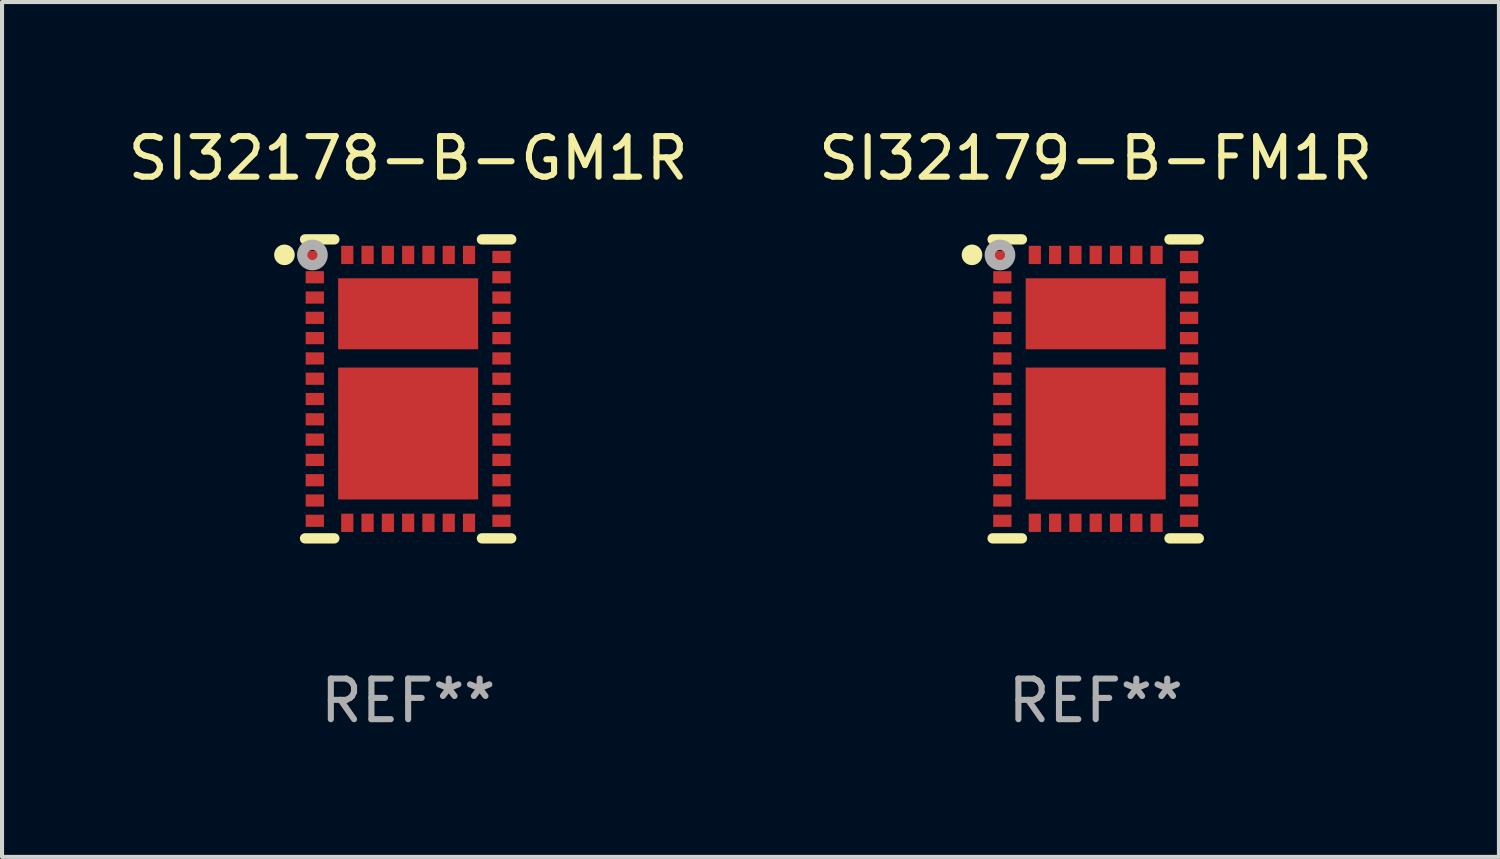
<source format=kicad_pcb>
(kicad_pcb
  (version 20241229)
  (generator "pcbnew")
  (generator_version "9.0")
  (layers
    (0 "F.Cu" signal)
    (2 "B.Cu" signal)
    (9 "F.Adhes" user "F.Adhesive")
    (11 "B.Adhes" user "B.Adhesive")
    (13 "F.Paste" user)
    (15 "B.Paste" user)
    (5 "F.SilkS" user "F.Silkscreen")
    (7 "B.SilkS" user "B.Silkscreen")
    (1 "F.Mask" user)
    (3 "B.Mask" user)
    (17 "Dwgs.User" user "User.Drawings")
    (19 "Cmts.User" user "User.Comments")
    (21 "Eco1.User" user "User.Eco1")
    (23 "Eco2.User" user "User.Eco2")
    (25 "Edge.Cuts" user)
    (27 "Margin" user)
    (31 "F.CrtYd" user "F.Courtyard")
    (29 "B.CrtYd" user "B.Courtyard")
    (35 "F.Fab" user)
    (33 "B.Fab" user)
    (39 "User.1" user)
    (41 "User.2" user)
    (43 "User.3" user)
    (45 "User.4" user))
  (footprint "SI32179-B-FM1R"
    (layer "F.Cu")
    (at 23.946 6.531)
    (property "Reference" "SI32179-B-FM1R" (at 0 -5.683 0) (layer "F.SilkS") (effects (font (size 1 1) (thickness 0.15))))
    (attr through_hole)
    (fp_line (start -1.818 -3.683) (end -2.54 -3.683) (stroke (width 0.254) (type solid)) (layer "F.SilkS"))
    (fp_line (start -1.818 3.683) (end -2.54 3.683) (stroke (width 0.254) (type solid)) (layer "F.SilkS"))
    (fp_line (start 1.818 -3.683) (end 2.54 -3.683) (stroke (width 0.254) (type solid)) (layer "F.SilkS"))
    (fp_line (start 1.818 3.683) (end 2.54 3.683) (stroke (width 0.254) (type solid)) (layer "F.SilkS"))
    (fp_circle (center -3.048 -3.302) (end -2.921 -3.302) (stroke (width 0.254) (type solid)) (fill no) (layer "F.SilkS"))
    (fp_circle (center -2.5 -3.5) (end -2.47 -3.5) (stroke (width 0.06) (type solid)) (fill no) (layer "F.SilkS"))
    (fp_circle (center -2.359 -3.299) (end -2.234 -3.299) (stroke (width 0.254) (type solid)) (fill no) (layer "F.Fab"))
    (fp_text user "REF**" (at 0 7.683 0) (layer "F.Fab") (effects (font (size 1 1) (thickness 0.15))))
    (pad "1" smd rect (at -2.3 -3.25) (size 0.45 0.3) (layers "F.Cu" "F.Mask" "F.Paste"))
    (pad "2" smd rect (at -2.3 -2.75) (size 0.45 0.3) (layers "F.Cu" "F.Mask" "F.Paste"))
    (pad "3" smd rect (at -2.3 -2.25) (size 0.45 0.3) (layers "F.Cu" "F.Mask" "F.Paste"))
    (pad "4" smd rect (at -2.3 -1.75) (size 0.45 0.3) (layers "F.Cu" "F.Mask" "F.Paste"))
    (pad "5" smd rect (at -2.3 -1.25) (size 0.45 0.3) (layers "F.Cu" "F.Mask" "F.Paste"))
    (pad "6" smd rect (at -2.3 -0.75) (size 0.45 0.3) (layers "F.Cu" "F.Mask" "F.Paste"))
    (pad "7" smd rect (at -2.3 -0.25) (size 0.45 0.3) (layers "F.Cu" "F.Mask" "F.Paste"))
    (pad "8" smd rect (at -2.3 0.25) (size 0.45 0.3) (layers "F.Cu" "F.Mask" "F.Paste"))
    (pad "9" smd rect (at -2.3 0.75) (size 0.45 0.3) (layers "F.Cu" "F.Mask" "F.Paste"))
    (pad "10" smd rect (at -2.3 1.25) (size 0.45 0.3) (layers "F.Cu" "F.Mask" "F.Paste"))
    (pad "11" smd rect (at -2.3 1.75) (size 0.45 0.3) (layers "F.Cu" "F.Mask" "F.Paste"))
    (pad "12" smd rect (at -2.3 2.25) (size 0.45 0.3) (layers "F.Cu" "F.Mask" "F.Paste"))
    (pad "13" smd rect (at -2.3 2.75) (size 0.45 0.3) (layers "F.Cu" "F.Mask" "F.Paste"))
    (pad "14" smd rect (at -2.3 3.25) (size 0.45 0.3) (layers "F.Cu" "F.Mask" "F.Paste"))
    (pad "15" smd rect (at -1.5 3.3 90) (size 0.45 0.3) (layers "F.Cu" "F.Mask" "F.Paste"))
    (pad "16" smd rect (at -1 3.3 90) (size 0.45 0.3) (layers "F.Cu" "F.Mask" "F.Paste"))
    (pad "17" smd rect (at -0.5 3.3 90) (size 0.45 0.3) (layers "F.Cu" "F.Mask" "F.Paste"))
    (pad "18" smd rect (at 0 3.3 90) (size 0.45 0.3) (layers "F.Cu" "F.Mask" "F.Paste"))
    (pad "19" smd rect (at 0.5 3.3 90) (size 0.45 0.3) (layers "F.Cu" "F.Mask" "F.Paste"))
    (pad "20" smd rect (at 1 3.3 90) (size 0.45 0.3) (layers "F.Cu" "F.Mask" "F.Paste"))
    (pad "21" smd rect (at 1.5 3.3 90) (size 0.45 0.3) (layers "F.Cu" "F.Mask" "F.Paste"))
    (pad "22" smd rect (at 2.3 3.25 180) (size 0.45 0.3) (layers "F.Cu" "F.Mask" "F.Paste"))
    (pad "23" smd rect (at 2.3 2.75 180) (size 0.45 0.3) (layers "F.Cu" "F.Mask" "F.Paste"))
    (pad "24" smd rect (at 2.3 2.25 180) (size 0.45 0.3) (layers "F.Cu" "F.Mask" "F.Paste"))
    (pad "25" smd rect (at 2.3 1.75 180) (size 0.45 0.3) (layers "F.Cu" "F.Mask" "F.Paste"))
    (pad "26" smd rect (at 2.3 1.25 180) (size 0.45 0.3) (layers "F.Cu" "F.Mask" "F.Paste"))
    (pad "27" smd rect (at 2.3 0.75 180) (size 0.45 0.3) (layers "F.Cu" "F.Mask" "F.Paste"))
    (pad "28" smd rect (at 2.3 0.25 180) (size 0.45 0.3) (layers "F.Cu" "F.Mask" "F.Paste"))
    (pad "29" smd rect (at 2.3 -0.25 180) (size 0.45 0.3) (layers "F.Cu" "F.Mask" "F.Paste"))
    (pad "30" smd rect (at 2.3 -0.75 180) (size 0.45 0.3) (layers "F.Cu" "F.Mask" "F.Paste"))
    (pad "31" smd rect (at 2.3 -1.25 180) (size 0.45 0.3) (layers "F.Cu" "F.Mask" "F.Paste"))
    (pad "32" smd rect (at 2.3 -1.75 180) (size 0.45 0.3) (layers "F.Cu" "F.Mask" "F.Paste"))
    (pad "33" smd rect (at 2.3 -2.25 180) (size 0.45 0.3) (layers "F.Cu" "F.Mask" "F.Paste"))
    (pad "34" smd rect (at 2.3 -2.75 180) (size 0.45 0.3) (layers "F.Cu" "F.Mask" "F.Paste"))
    (pad "35" smd rect (at 2.3 -3.25 180) (size 0.45 0.3) (layers "F.Cu" "F.Mask" "F.Paste"))
    (pad "36" smd rect (at 1.5 -3.3 270) (size 0.45 0.3) (layers "F.Cu" "F.Mask" "F.Paste"))
    (pad "37" smd rect (at 1 -3.3 270) (size 0.45 0.3) (layers "F.Cu" "F.Mask" "F.Paste"))
    (pad "38" smd rect (at 0.5 -3.3 270) (size 0.45 0.3) (layers "F.Cu" "F.Mask" "F.Paste"))
    (pad "39" smd rect (at 0 -3.3 270) (size 0.45 0.3) (layers "F.Cu" "F.Mask" "F.Paste"))
    (pad "40" smd rect (at -0.5 -3.3 270) (size 0.45 0.3) (layers "F.Cu" "F.Mask" "F.Paste"))
    (pad "41" smd rect (at -1 -3.3 270) (size 0.45 0.3) (layers "F.Cu" "F.Mask" "F.Paste"))
    (pad "42" smd rect (at -1.5 -3.3 270) (size 0.45 0.3) (layers "F.Cu" "F.Mask" "F.Paste"))
    (pad "43" smd rect (at 0 1.1 270) (size 3.25 3.45) (layers "F.Cu" "F.Mask" "F.Paste"))
    (pad "44" smd rect (at 0 -1.85 270) (size 1.75 3.45) (layers "F.Cu" "F.Mask" "F.Paste")))
  (footprint "SI32178-B-GM1R"
    (layer "F.Cu")
    (at 7.006 6.531)
    (property "Reference" "SI32178-B-GM1R" (at 0 -5.683 0) (layer "F.SilkS") (effects (font (size 1 1) (thickness 0.15))))
    (attr through_hole)
    (fp_line (start -1.818 -3.683) (end -2.54 -3.683) (stroke (width 0.254) (type solid)) (layer "F.SilkS"))
    (fp_line (start -1.818 3.683) (end -2.54 3.683) (stroke (width 0.254) (type solid)) (layer "F.SilkS"))
    (fp_line (start 1.818 -3.683) (end 2.54 -3.683) (stroke (width 0.254) (type solid)) (layer "F.SilkS"))
    (fp_line (start 1.818 3.683) (end 2.54 3.683) (stroke (width 0.254) (type solid)) (layer "F.SilkS"))
    (fp_circle (center -3.048 -3.302) (end -2.921 -3.302) (stroke (width 0.254) (type solid)) (fill no) (layer "F.SilkS"))
    (fp_circle (center -2.5 -3.5) (end -2.47 -3.5) (stroke (width 0.06) (type solid)) (fill no) (layer "F.SilkS"))
    (fp_circle (center -2.359 -3.299) (end -2.234 -3.299) (stroke (width 0.254) (type solid)) (fill no) (layer "F.Fab"))
    (fp_text user "REF**" (at 0 7.683 0) (layer "F.Fab") (effects (font (size 1 1) (thickness 0.15))))
    (pad "1" smd rect (at -2.3 -3.25) (size 0.45 0.3) (layers "F.Cu" "F.Mask" "F.Paste"))
    (pad "2" smd rect (at -2.3 -2.75) (size 0.45 0.3) (layers "F.Cu" "F.Mask" "F.Paste"))
    (pad "3" smd rect (at -2.3 -2.25) (size 0.45 0.3) (layers "F.Cu" "F.Mask" "F.Paste"))
    (pad "4" smd rect (at -2.3 -1.75) (size 0.45 0.3) (layers "F.Cu" "F.Mask" "F.Paste"))
    (pad "5" smd rect (at -2.3 -1.25) (size 0.45 0.3) (layers "F.Cu" "F.Mask" "F.Paste"))
    (pad "6" smd rect (at -2.3 -0.75) (size 0.45 0.3) (layers "F.Cu" "F.Mask" "F.Paste"))
    (pad "7" smd rect (at -2.3 -0.25) (size 0.45 0.3) (layers "F.Cu" "F.Mask" "F.Paste"))
    (pad "8" smd rect (at -2.3 0.25) (size 0.45 0.3) (layers "F.Cu" "F.Mask" "F.Paste"))
    (pad "9" smd rect (at -2.3 0.75) (size 0.45 0.3) (layers "F.Cu" "F.Mask" "F.Paste"))
    (pad "10" smd rect (at -2.3 1.25) (size 0.45 0.3) (layers "F.Cu" "F.Mask" "F.Paste"))
    (pad "11" smd rect (at -2.3 1.75) (size 0.45 0.3) (layers "F.Cu" "F.Mask" "F.Paste"))
    (pad "12" smd rect (at -2.3 2.25) (size 0.45 0.3) (layers "F.Cu" "F.Mask" "F.Paste"))
    (pad "13" smd rect (at -2.3 2.75) (size 0.45 0.3) (layers "F.Cu" "F.Mask" "F.Paste"))
    (pad "14" smd rect (at -2.3 3.25) (size 0.45 0.3) (layers "F.Cu" "F.Mask" "F.Paste"))
    (pad "15" smd rect (at -1.5 3.3 90) (size 0.45 0.3) (layers "F.Cu" "F.Mask" "F.Paste"))
    (pad "16" smd rect (at -1 3.3 90) (size 0.45 0.3) (layers "F.Cu" "F.Mask" "F.Paste"))
    (pad "17" smd rect (at -0.5 3.3 90) (size 0.45 0.3) (layers "F.Cu" "F.Mask" "F.Paste"))
    (pad "18" smd rect (at 0 3.3 90) (size 0.45 0.3) (layers "F.Cu" "F.Mask" "F.Paste"))
    (pad "19" smd rect (at 0.5 3.3 90) (size 0.45 0.3) (layers "F.Cu" "F.Mask" "F.Paste"))
    (pad "20" smd rect (at 1 3.3 90) (size 0.45 0.3) (layers "F.Cu" "F.Mask" "F.Paste"))
    (pad "21" smd rect (at 1.5 3.3 90) (size 0.45 0.3) (layers "F.Cu" "F.Mask" "F.Paste"))
    (pad "22" smd rect (at 2.3 3.25 180) (size 0.45 0.3) (layers "F.Cu" "F.Mask" "F.Paste"))
    (pad "23" smd rect (at 2.3 2.75 180) (size 0.45 0.3) (layers "F.Cu" "F.Mask" "F.Paste"))
    (pad "24" smd rect (at 2.3 2.25 180) (size 0.45 0.3) (layers "F.Cu" "F.Mask" "F.Paste"))
    (pad "25" smd rect (at 2.3 1.75 180) (size 0.45 0.3) (layers "F.Cu" "F.Mask" "F.Paste"))
    (pad "26" smd rect (at 2.3 1.25 180) (size 0.45 0.3) (layers "F.Cu" "F.Mask" "F.Paste"))
    (pad "27" smd rect (at 2.3 0.75 180) (size 0.45 0.3) (layers "F.Cu" "F.Mask" "F.Paste"))
    (pad "28" smd rect (at 2.3 0.25 180) (size 0.45 0.3) (layers "F.Cu" "F.Mask" "F.Paste"))
    (pad "29" smd rect (at 2.3 -0.25 180) (size 0.45 0.3) (layers "F.Cu" "F.Mask" "F.Paste"))
    (pad "30" smd rect (at 2.3 -0.75 180) (size 0.45 0.3) (layers "F.Cu" "F.Mask" "F.Paste"))
    (pad "31" smd rect (at 2.3 -1.25 180) (size 0.45 0.3) (layers "F.Cu" "F.Mask" "F.Paste"))
    (pad "32" smd rect (at 2.3 -1.75 180) (size 0.45 0.3) (layers "F.Cu" "F.Mask" "F.Paste"))
    (pad "33" smd rect (at 2.3 -2.25 180) (size 0.45 0.3) (layers "F.Cu" "F.Mask" "F.Paste"))
    (pad "34" smd rect (at 2.3 -2.75 180) (size 0.45 0.3) (layers "F.Cu" "F.Mask" "F.Paste"))
    (pad "35" smd rect (at 2.3 -3.25 180) (size 0.45 0.3) (layers "F.Cu" "F.Mask" "F.Paste"))
    (pad "36" smd rect (at 1.5 -3.3 270) (size 0.45 0.3) (layers "F.Cu" "F.Mask" "F.Paste"))
    (pad "37" smd rect (at 1 -3.3 270) (size 0.45 0.3) (layers "F.Cu" "F.Mask" "F.Paste"))
    (pad "38" smd rect (at 0.5 -3.3 270) (size 0.45 0.3) (layers "F.Cu" "F.Mask" "F.Paste"))
    (pad "39" smd rect (at 0 -3.3 270) (size 0.45 0.3) (layers "F.Cu" "F.Mask" "F.Paste"))
    (pad "40" smd rect (at -0.5 -3.3 270) (size 0.45 0.3) (layers "F.Cu" "F.Mask" "F.Paste"))
    (pad "41" smd rect (at -1 -3.3 270) (size 0.45 0.3) (layers "F.Cu" "F.Mask" "F.Paste"))
    (pad "42" smd rect (at -1.5 -3.3 270) (size 0.45 0.3) (layers "F.Cu" "F.Mask" "F.Paste"))
    (pad "43" smd rect (at 0 1.1 270) (size 3.25 3.45) (layers "F.Cu" "F.Mask" "F.Paste"))
    (pad "44" smd rect (at 0 -1.85 270) (size 1.75 3.45) (layers "F.Cu" "F.Mask" "F.Paste")))
  (gr_rect
    (start -3 -3)
    (end 33.881 18.063)
    (stroke (width 0.1) (type default))
    (fill no)
    (layer "Edge.Cuts")))
</source>
